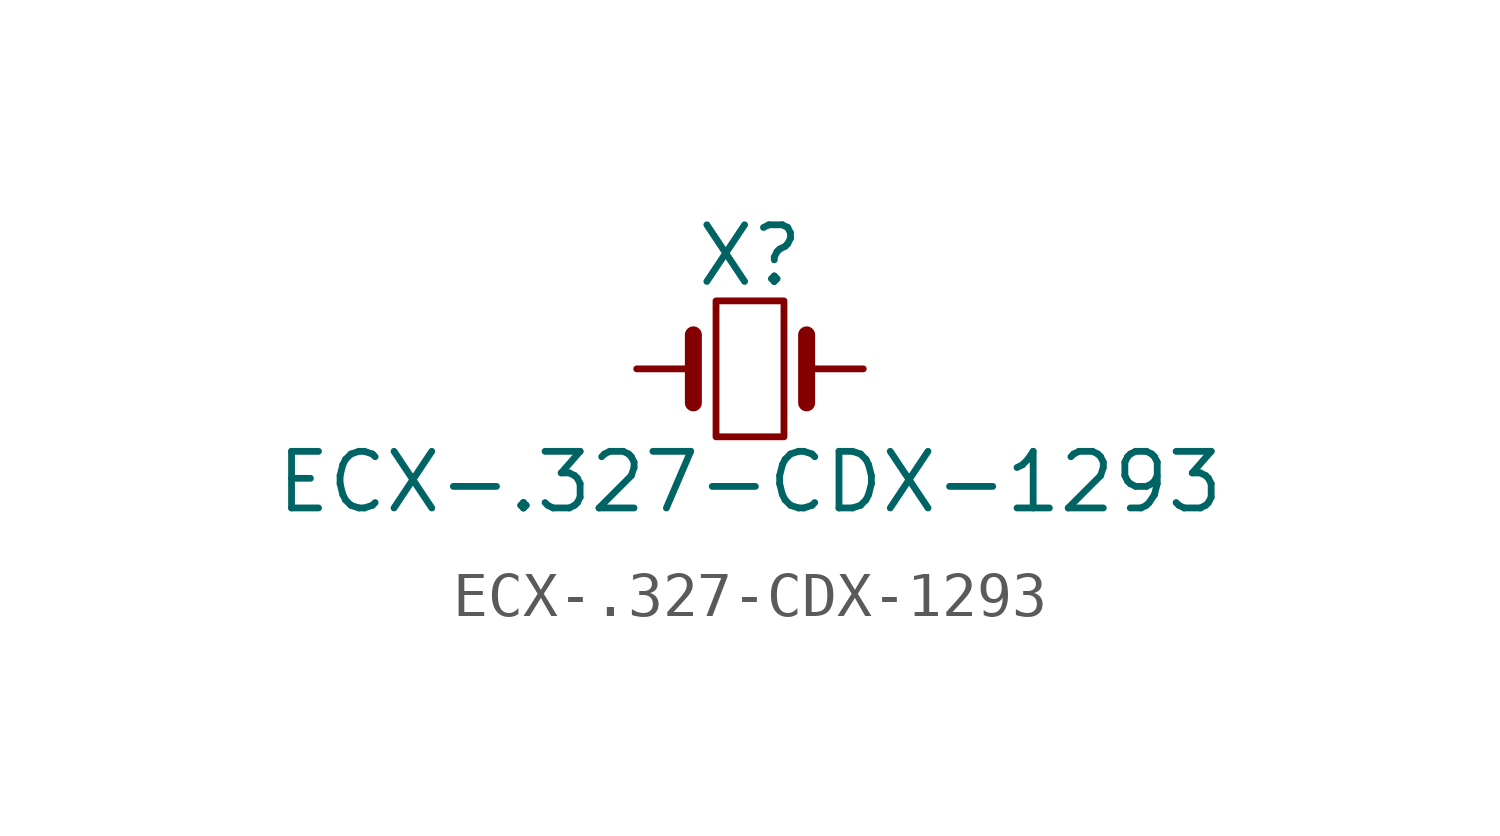
<source format=kicad_sym>
(kicad_symbol_lib
  (version 20220914)
  (generator kicad_symbol_editor)
  (symbol "ECX-.327-CDX-1293"
    (pin_numbers hide)
    (pin_names
      (offset 1.016) hide)
    (property "Reference" "X"
      (at 0 2.54 0)
      (effects (font (size 1.27 1.27))))
    (property "Value" "ECX-.327-CDX-1293"
      (at 0 -2.54 0)
      (effects (font (size 1.27 1.27))))
    (symbol "ECX-.327-CDX-1293_0_1"
      (rectangle (start -0.762 -1.524) (end 0.762 1.524) (stroke (width 0) (type default)) (fill (type none)))
      (polyline (pts (xy -1.27 -0.762) (xy -1.27 0.762)) (stroke (width 0.381) (type default)) (fill (type none)))
      (polyline (pts (xy 1.27 -0.762) (xy 1.27 0.762)) (stroke (width 0.381) (type default)) (fill (type none))))
    (symbol "ECX-.327-CDX-1293_1_1"
      (pin passive line (at -2.54 0 0) (length 1.27) (name "1" (effects (font (size 1.27 1.27)))) (number "1" (effects (font (size 1.27 1.27)))))
      (pin passive line (at 2.54 0 180) (length 1.27) (name "2" (effects (font (size 1.27 1.27)))) (number "2" (effects (font (size 1.27 1.27))))))))
</source>
